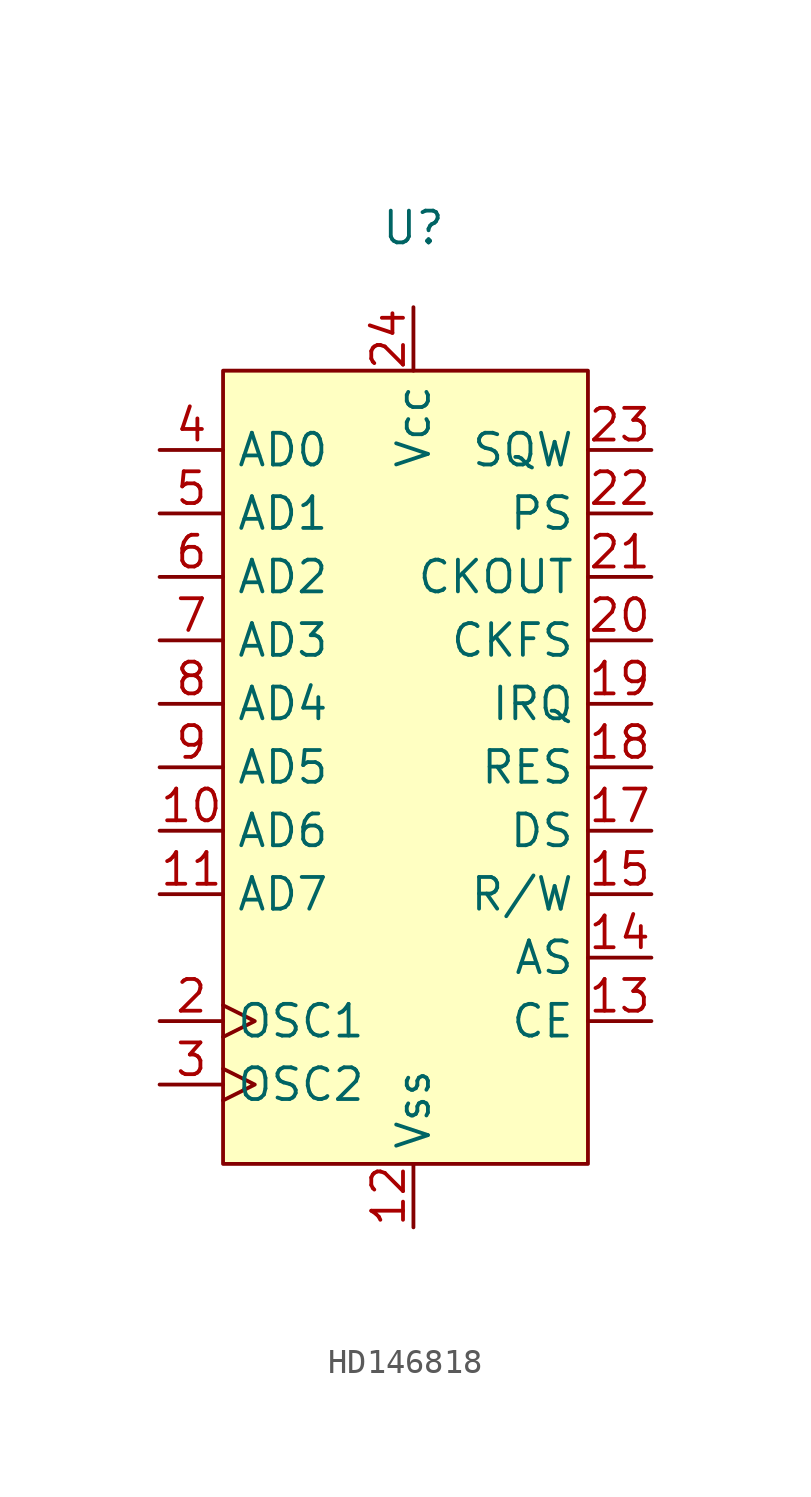
<source format=kicad_sym>
(kicad_symbol_lib
  (version 20220914)
  (generator kicad_symbol_editor)
  (symbol "HD146818"
    (property "Reference" "U"
      (at 0 1.905 0)
      (effects (font (size 1.27 1.27))))
    (property "Value" ""
      (at -10.16 -27.305 0)
      (effects (font (size 1.27 1.27))))
    (symbol "HD146818_0_0"
      (pin unspecified line (at -10.16 -22.225 0) (length 2.54) (name "AD6" (effects (font (size 1.27 1.27)))) (number "10" (effects (font (size 1.27 1.27)))))
      (pin unspecified line (at -10.16 -24.765 0) (length 2.54) (name "AD7" (effects (font (size 1.27 1.27)))) (number "11" (effects (font (size 1.27 1.27)))))
      (pin power_in line (at 0 -38.1 90) (length 2.54) (name "Vss" (effects (font (size 1.27 1.27)))) (number "12" (effects (font (size 1.27 1.27)))))
      (pin unspecified line (at 9.525 -29.845 180) (length 2.54) (name "CE" (effects (font (size 1.27 1.27)))) (number "13" (effects (font (size 1.27 1.27)))))
      (pin unspecified line (at 9.525 -27.305 180) (length 2.54) (name "AS" (effects (font (size 1.27 1.27)))) (number "14" (effects (font (size 1.27 1.27)))))
      (pin unspecified line (at 9.525 -24.765 180) (length 2.54) (name "R/W" (effects (font (size 1.27 1.27)))) (number "15" (effects (font (size 1.27 1.27)))))
      (pin unspecified line (at 9.525 -22.225 180) (length 2.54) (name "DS" (effects (font (size 1.27 1.27)))) (number "17" (effects (font (size 1.27 1.27)))))
      (pin unspecified line (at 9.525 -19.685 180) (length 2.54) (name "RES" (effects (font (size 1.27 1.27)))) (number "18" (effects (font (size 1.27 1.27)))))
      (pin unspecified line (at 9.525 -17.145 180) (length 2.54) (name "IRQ" (effects (font (size 1.27 1.27)))) (number "19" (effects (font (size 1.27 1.27)))))
      (pin unspecified clock (at -10.16 -29.845 0) (length 2.54) (name "OSC1" (effects (font (size 1.27 1.27)))) (number "2" (effects (font (size 1.27 1.27)))))
      (pin unspecified line (at 9.525 -14.605 180) (length 2.54) (name "CKFS" (effects (font (size 1.27 1.27)))) (number "20" (effects (font (size 1.27 1.27)))))
      (pin unspecified line (at 9.525 -12.065 180) (length 2.54) (name "CKOUT" (effects (font (size 1.27 1.27)))) (number "21" (effects (font (size 1.27 1.27)))))
      (pin unspecified line (at 9.525 -9.525 180) (length 2.54) (name "PS" (effects (font (size 1.27 1.27)))) (number "22" (effects (font (size 1.27 1.27)))))
      (pin unspecified line (at 9.525 -6.985 180) (length 2.54) (name "SQW" (effects (font (size 1.27 1.27)))) (number "23" (effects (font (size 1.27 1.27)))))
      (pin power_in line (at 0 -1.27 270) (length 2.54) (name "Vcc" (effects (font (size 1.27 1.27)))) (number "24" (effects (font (size 1.27 1.27)))))
      (pin unspecified clock (at -10.16 -32.385 0) (length 2.54) (name "OSC2" (effects (font (size 1.27 1.27)))) (number "3" (effects (font (size 1.27 1.27)))))
      (pin unspecified line (at -10.16 -6.985 0) (length 2.54) (name "AD0" (effects (font (size 1.27 1.27)))) (number "4" (effects (font (size 1.27 1.27)))))
      (pin unspecified line (at -10.16 -9.525 0) (length 2.54) (name "AD1" (effects (font (size 1.27 1.27)))) (number "5" (effects (font (size 1.27 1.27)))))
      (pin unspecified line (at -10.16 -12.065 0) (length 2.54) (name "AD2" (effects (font (size 1.27 1.27)))) (number "6" (effects (font (size 1.27 1.27)))))
      (pin unspecified line (at -10.16 -14.605 0) (length 2.54) (name "AD3" (effects (font (size 1.27 1.27)))) (number "7" (effects (font (size 1.27 1.27)))))
      (pin unspecified line (at -10.16 -17.145 0) (length 2.54) (name "AD4" (effects (font (size 1.27 1.27)))) (number "8" (effects (font (size 1.27 1.27)))))
      (pin unspecified line (at -10.16 -19.685 0) (length 2.54) (name "AD5" (effects (font (size 1.27 1.27)))) (number "9" (effects (font (size 1.27 1.27))))))
    (symbol "HD146818_1_0"
      (pin no_connect line (at -10.16 -27.305 0) (length 2.54) hide (name "NC" (effects (font (size 1.27 1.27)))) (number "1" (effects (font (size 1.27 1.27)))))
      (pin no_connect line (at 9.525 -32.385 180) (length 2.54) hide (name "NC" (effects (font (size 1.27 1.27)))) (number "16" (effects (font (size 1.27 1.27))))))
    (symbol "HD146818_1_1"
      (rectangle (start -7.62 -3.81) (end 6.985 -35.56) (stroke (width 0) (type default)) (fill (type background))))))
</source>
